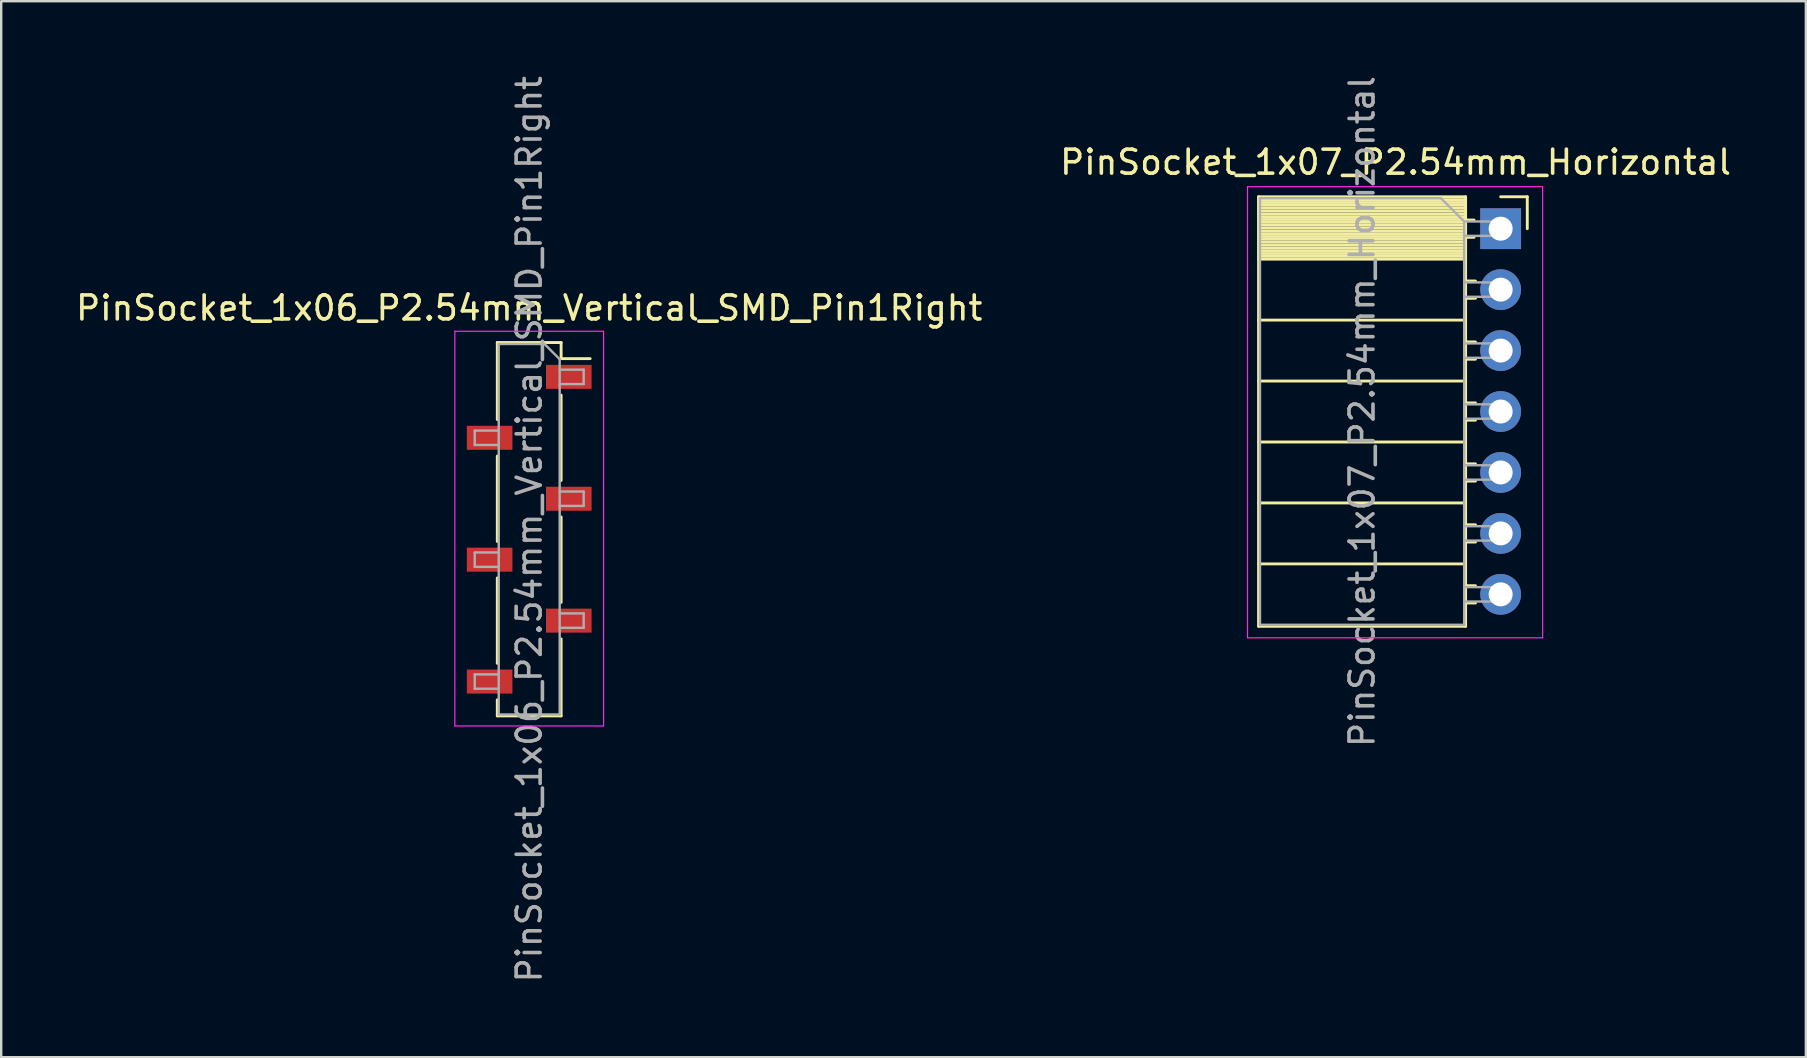
<source format=kicad_pcb>
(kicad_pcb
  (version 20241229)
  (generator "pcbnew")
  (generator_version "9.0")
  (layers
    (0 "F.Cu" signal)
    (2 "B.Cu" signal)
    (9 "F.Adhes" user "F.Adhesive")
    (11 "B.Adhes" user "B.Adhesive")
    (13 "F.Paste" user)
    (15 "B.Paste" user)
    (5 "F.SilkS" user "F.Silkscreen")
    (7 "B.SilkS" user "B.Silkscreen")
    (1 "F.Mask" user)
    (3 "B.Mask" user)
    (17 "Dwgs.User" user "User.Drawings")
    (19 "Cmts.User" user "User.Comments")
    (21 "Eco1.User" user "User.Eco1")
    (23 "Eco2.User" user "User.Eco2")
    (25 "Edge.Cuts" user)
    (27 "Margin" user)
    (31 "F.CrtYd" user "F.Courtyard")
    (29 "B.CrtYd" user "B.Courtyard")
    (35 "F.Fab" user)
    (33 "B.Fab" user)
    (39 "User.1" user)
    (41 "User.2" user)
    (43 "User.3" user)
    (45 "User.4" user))
  (footprint "PinSocket_1x06_P2.54mm_Vertical_SMD_Pin1Right"
    (layer "F.Cu")
    (at 19.006 19.006)
    (property "Reference" "PinSocket_1x06_P2.54mm_Vertical_SMD_Pin1Right" (at 0 -9.22 0) (layer "F.SilkS") (effects (font (size 1 1) (thickness 0.15))))
    (attr smd)
    (fp_line (start -1.33 -7.78) (end -1.33 -4.57) (stroke (width 0.12) (type solid)) (layer "F.SilkS"))
    (fp_line (start -1.33 -7.78) (end 1.33 -7.78) (stroke (width 0.12) (type solid)) (layer "F.SilkS"))
    (fp_line (start -1.33 -3.05) (end -1.33 0.51) (stroke (width 0.12) (type solid)) (layer "F.SilkS"))
    (fp_line (start -1.33 2.03) (end -1.33 5.59) (stroke (width 0.12) (type solid)) (layer "F.SilkS"))
    (fp_line (start -1.33 7.11) (end -1.33 7.78) (stroke (width 0.12) (type solid)) (layer "F.SilkS"))
    (fp_line (start -1.33 7.78) (end 1.33 7.78) (stroke (width 0.12) (type solid)) (layer "F.SilkS"))
    (fp_line (start 1.33 -7.78) (end 1.33 -7.11) (stroke (width 0.12) (type solid)) (layer "F.SilkS"))
    (fp_line (start 1.33 -7.11) (end 2.54 -7.11) (stroke (width 0.12) (type solid)) (layer "F.SilkS"))
    (fp_line (start 1.33 -5.59) (end 1.33 -2.03) (stroke (width 0.12) (type solid)) (layer "F.SilkS"))
    (fp_line (start 1.33 -0.51) (end 1.33 3.05) (stroke (width 0.12) (type solid)) (layer "F.SilkS"))
    (fp_line (start 1.33 4.57) (end 1.33 7.78) (stroke (width 0.12) (type solid)) (layer "F.SilkS"))
    (fp_line (start -3.1 -8.25) (end 3.1 -8.25) (stroke (width 0.05) (type solid)) (layer "F.CrtYd"))
    (fp_line (start -3.1 8.2) (end -3.1 -8.25) (stroke (width 0.05) (type solid)) (layer "F.CrtYd"))
    (fp_line (start 3.1 -8.25) (end 3.1 8.2) (stroke (width 0.05) (type solid)) (layer "F.CrtYd"))
    (fp_line (start 3.1 8.2) (end -3.1 8.2) (stroke (width 0.05) (type solid)) (layer "F.CrtYd"))
    (fp_line (start -2.27 -4.11) (end -1.27 -4.11) (stroke (width 0.1) (type solid)) (layer "F.Fab"))
    (fp_line (start -2.27 -3.51) (end -2.27 -4.11) (stroke (width 0.1) (type solid)) (layer "F.Fab"))
    (fp_line (start -2.27 0.97) (end -1.27 0.97) (stroke (width 0.1) (type solid)) (layer "F.Fab"))
    (fp_line (start -2.27 1.57) (end -2.27 0.97) (stroke (width 0.1) (type solid)) (layer "F.Fab"))
    (fp_line (start -2.27 6.05) (end -1.27 6.05) (stroke (width 0.1) (type solid)) (layer "F.Fab"))
    (fp_line (start -2.27 6.65) (end -2.27 6.05) (stroke (width 0.1) (type solid)) (layer "F.Fab"))
    (fp_line (start -1.27 -7.72) (end 0.635 -7.72) (stroke (width 0.1) (type solid)) (layer "F.Fab"))
    (fp_line (start -1.27 -3.51) (end -2.27 -3.51) (stroke (width 0.1) (type solid)) (layer "F.Fab"))
    (fp_line (start -1.27 1.57) (end -2.27 1.57) (stroke (width 0.1) (type solid)) (layer "F.Fab"))
    (fp_line (start -1.27 6.65) (end -2.27 6.65) (stroke (width 0.1) (type solid)) (layer "F.Fab"))
    (fp_line (start -1.27 7.72) (end -1.27 -7.72) (stroke (width 0.1) (type solid)) (layer "F.Fab"))
    (fp_line (start 0.635 -7.72) (end 1.27 -7.085) (stroke (width 0.1) (type solid)) (layer "F.Fab"))
    (fp_line (start 1.27 -7.085) (end 1.27 7.72) (stroke (width 0.1) (type solid)) (layer "F.Fab"))
    (fp_line (start 1.27 -6.65) (end 2.27 -6.65) (stroke (width 0.1) (type solid)) (layer "F.Fab"))
    (fp_line (start 1.27 -1.57) (end 2.27 -1.57) (stroke (width 0.1) (type solid)) (layer "F.Fab"))
    (fp_line (start 1.27 3.51) (end 2.27 3.51) (stroke (width 0.1) (type solid)) (layer "F.Fab"))
    (fp_line (start 1.27 7.72) (end -1.27 7.72) (stroke (width 0.1) (type solid)) (layer "F.Fab"))
    (fp_line (start 2.27 -6.65) (end 2.27 -6.05) (stroke (width 0.1) (type solid)) (layer "F.Fab"))
    (fp_line (start 2.27 -6.05) (end 1.27 -6.05) (stroke (width 0.1) (type solid)) (layer "F.Fab"))
    (fp_line (start 2.27 -1.57) (end 2.27 -0.97) (stroke (width 0.1) (type solid)) (layer "F.Fab"))
    (fp_line (start 2.27 -0.97) (end 1.27 -0.97) (stroke (width 0.1) (type solid)) (layer "F.Fab"))
    (fp_line (start 2.27 3.51) (end 2.27 4.11) (stroke (width 0.1) (type solid)) (layer "F.Fab"))
    (fp_line (start 2.27 4.11) (end 1.27 4.11) (stroke (width 0.1) (type solid)) (layer "F.Fab"))
    (fp_text user "${REFERENCE}" (at 0 0 90) (layer "F.Fab") (effects (font (size 1 1) (thickness 0.15))))
    (pad "1" smd rect (at 1.65 -6.35) (size 1.9 1) (layers "F.Cu" "F.Mask" "F.Paste"))
    (pad "2" smd rect (at -1.65 -3.81) (size 1.9 1) (layers "F.Cu" "F.Mask" "F.Paste"))
    (pad "3" smd rect (at 1.65 -1.27) (size 1.9 1) (layers "F.Cu" "F.Mask" "F.Paste"))
    (pad "4" smd rect (at -1.65 1.27) (size 1.9 1) (layers "F.Cu" "F.Mask" "F.Paste"))
    (pad "5" smd rect (at 1.65 3.81) (size 1.9 1) (layers "F.Cu" "F.Mask" "F.Paste"))
    (pad "6" smd rect (at -1.65 6.35) (size 1.9 1) (layers "F.Cu" "F.Mask" "F.Paste")))
  (footprint "PinSocket_1x07_P2.54mm_Horizontal"
    (layer "F.Cu")
    (at 59.493 6.481)
    (property "Reference" "PinSocket_1x07_P2.54mm_Horizontal" (at -4.38 -2.77 0) (layer "F.SilkS") (effects (font (size 1 1) (thickness 0.15))))
    (attr through_hole)
    (fp_line (start -10.09 -1.33) (end -10.09 16.57) (stroke (width 0.12) (type solid)) (layer "F.SilkS"))
    (fp_line (start -10.09 -1.33) (end -1.46 -1.33) (stroke (width 0.12) (type solid)) (layer "F.SilkS"))
    (fp_line (start -10.09 -1.21) (end -1.46 -1.21) (stroke (width 0.12) (type solid)) (layer "F.SilkS"))
    (fp_line (start -10.09 -1.092) (end -1.46 -1.092) (stroke (width 0.12) (type solid)) (layer "F.SilkS"))
    (fp_line (start -10.09 -0.974) (end -1.46 -0.974) (stroke (width 0.12) (type solid)) (layer "F.SilkS"))
    (fp_line (start -10.09 -0.856) (end -1.46 -0.856) (stroke (width 0.12) (type solid)) (layer "F.SilkS"))
    (fp_line (start -10.09 -0.738) (end -1.46 -0.738) (stroke (width 0.12) (type solid)) (layer "F.SilkS"))
    (fp_line (start -10.09 -0.62) (end -1.46 -0.62) (stroke (width 0.12) (type solid)) (layer "F.SilkS"))
    (fp_line (start -10.09 -0.501) (end -1.46 -0.501) (stroke (width 0.12) (type solid)) (layer "F.SilkS"))
    (fp_line (start -10.09 -0.383) (end -1.46 -0.383) (stroke (width 0.12) (type solid)) (layer "F.SilkS"))
    (fp_line (start -10.09 -0.265) (end -1.46 -0.265) (stroke (width 0.12) (type solid)) (layer "F.SilkS"))
    (fp_line (start -10.09 -0.147) (end -1.46 -0.147) (stroke (width 0.12) (type solid)) (layer "F.SilkS"))
    (fp_line (start -10.09 -0.029) (end -1.46 -0.029) (stroke (width 0.12) (type solid)) (layer "F.SilkS"))
    (fp_line (start -10.09 0.089) (end -1.46 0.089) (stroke (width 0.12) (type solid)) (layer "F.SilkS"))
    (fp_line (start -10.09 0.207) (end -1.46 0.207) (stroke (width 0.12) (type solid)) (layer "F.SilkS"))
    (fp_line (start -10.09 0.325) (end -1.46 0.325) (stroke (width 0.12) (type solid)) (layer "F.SilkS"))
    (fp_line (start -10.09 0.443) (end -1.46 0.443) (stroke (width 0.12) (type solid)) (layer "F.SilkS"))
    (fp_line (start -10.09 0.561) (end -1.46 0.561) (stroke (width 0.12) (type solid)) (layer "F.SilkS"))
    (fp_line (start -10.09 0.68) (end -1.46 0.68) (stroke (width 0.12) (type solid)) (layer "F.SilkS"))
    (fp_line (start -10.09 0.798) (end -1.46 0.798) (stroke (width 0.12) (type solid)) (layer "F.SilkS"))
    (fp_line (start -10.09 0.916) (end -1.46 0.916) (stroke (width 0.12) (type solid)) (layer "F.SilkS"))
    (fp_line (start -10.09 1.034) (end -1.46 1.034) (stroke (width 0.12) (type solid)) (layer "F.SilkS"))
    (fp_line (start -10.09 1.152) (end -1.46 1.152) (stroke (width 0.12) (type solid)) (layer "F.SilkS"))
    (fp_line (start -10.09 1.27) (end -1.46 1.27) (stroke (width 0.12) (type solid)) (layer "F.SilkS"))
    (fp_line (start -10.09 3.81) (end -1.46 3.81) (stroke (width 0.12) (type solid)) (layer "F.SilkS"))
    (fp_line (start -10.09 6.35) (end -1.46 6.35) (stroke (width 0.12) (type solid)) (layer "F.SilkS"))
    (fp_line (start -10.09 8.89) (end -1.46 8.89) (stroke (width 0.12) (type solid)) (layer "F.SilkS"))
    (fp_line (start -10.09 11.43) (end -1.46 11.43) (stroke (width 0.12) (type solid)) (layer "F.SilkS"))
    (fp_line (start -10.09 13.97) (end -1.46 13.97) (stroke (width 0.12) (type solid)) (layer "F.SilkS"))
    (fp_line (start -10.09 16.57) (end -1.46 16.57) (stroke (width 0.12) (type solid)) (layer "F.SilkS"))
    (fp_line (start -1.46 -1.33) (end -1.46 16.57) (stroke (width 0.12) (type solid)) (layer "F.SilkS"))
    (fp_line (start -1.46 -0.36) (end -1.11 -0.36) (stroke (width 0.12) (type solid)) (layer "F.SilkS"))
    (fp_line (start -1.46 0.36) (end -1.11 0.36) (stroke (width 0.12) (type solid)) (layer "F.SilkS"))
    (fp_line (start -1.46 2.18) (end -1.05 2.18) (stroke (width 0.12) (type solid)) (layer "F.SilkS"))
    (fp_line (start -1.46 2.9) (end -1.05 2.9) (stroke (width 0.12) (type solid)) (layer "F.SilkS"))
    (fp_line (start -1.46 4.72) (end -1.05 4.72) (stroke (width 0.12) (type solid)) (layer "F.SilkS"))
    (fp_line (start -1.46 5.44) (end -1.05 5.44) (stroke (width 0.12) (type solid)) (layer "F.SilkS"))
    (fp_line (start -1.46 7.26) (end -1.05 7.26) (stroke (width 0.12) (type solid)) (layer "F.SilkS"))
    (fp_line (start -1.46 7.98) (end -1.05 7.98) (stroke (width 0.12) (type solid)) (layer "F.SilkS"))
    (fp_line (start -1.46 9.8) (end -1.05 9.8) (stroke (width 0.12) (type solid)) (layer "F.SilkS"))
    (fp_line (start -1.46 10.52) (end -1.05 10.52) (stroke (width 0.12) (type solid)) (layer "F.SilkS"))
    (fp_line (start -1.46 12.34) (end -1.05 12.34) (stroke (width 0.12) (type solid)) (layer "F.SilkS"))
    (fp_line (start -1.46 13.06) (end -1.05 13.06) (stroke (width 0.12) (type solid)) (layer "F.SilkS"))
    (fp_line (start -1.46 14.88) (end -1.05 14.88) (stroke (width 0.12) (type solid)) (layer "F.SilkS"))
    (fp_line (start -1.46 15.6) (end -1.05 15.6) (stroke (width 0.12) (type solid)) (layer "F.SilkS"))
    (fp_line (start 0 -1.33) (end 1.11 -1.33) (stroke (width 0.12) (type solid)) (layer "F.SilkS"))
    (fp_line (start 1.11 -1.33) (end 1.11 0) (stroke (width 0.12) (type solid)) (layer "F.SilkS"))
    (fp_line (start -10.55 -1.75) (end -10.55 17.05) (stroke (width 0.05) (type solid)) (layer "F.CrtYd"))
    (fp_line (start -10.55 17.05) (end 1.75 17.05) (stroke (width 0.05) (type solid)) (layer "F.CrtYd"))
    (fp_line (start 1.75 -1.75) (end -10.55 -1.75) (stroke (width 0.05) (type solid)) (layer "F.CrtYd"))
    (fp_line (start 1.75 17.05) (end 1.75 -1.75) (stroke (width 0.05) (type solid)) (layer "F.CrtYd"))
    (fp_line (start -10.03 -1.27) (end -2.49 -1.27) (stroke (width 0.1) (type solid)) (layer "F.Fab"))
    (fp_line (start -10.03 16.51) (end -10.03 -1.27) (stroke (width 0.1) (type solid)) (layer "F.Fab"))
    (fp_line (start -2.49 -1.27) (end -1.52 -0.3) (stroke (width 0.1) (type solid)) (layer "F.Fab"))
    (fp_line (start -1.52 -0.3) (end -1.52 16.51) (stroke (width 0.1) (type solid)) (layer "F.Fab"))
    (fp_line (start -1.52 0.3) (end 0 0.3) (stroke (width 0.1) (type solid)) (layer "F.Fab"))
    (fp_line (start -1.52 2.84) (end 0 2.84) (stroke (width 0.1) (type solid)) (layer "F.Fab"))
    (fp_line (start -1.52 5.38) (end 0 5.38) (stroke (width 0.1) (type solid)) (layer "F.Fab"))
    (fp_line (start -1.52 7.92) (end 0 7.92) (stroke (width 0.1) (type solid)) (layer "F.Fab"))
    (fp_line (start -1.52 10.46) (end 0 10.46) (stroke (width 0.1) (type solid)) (layer "F.Fab"))
    (fp_line (start -1.52 13) (end 0 13) (stroke (width 0.1) (type solid)) (layer "F.Fab"))
    (fp_line (start -1.52 15.54) (end 0 15.54) (stroke (width 0.1) (type solid)) (layer "F.Fab"))
    (fp_line (start -1.52 16.51) (end -10.03 16.51) (stroke (width 0.1) (type solid)) (layer "F.Fab"))
    (fp_line (start 0 -0.3) (end -1.52 -0.3) (stroke (width 0.1) (type solid)) (layer "F.Fab"))
    (fp_line (start 0 0.3) (end 0 -0.3) (stroke (width 0.1) (type solid)) (layer "F.Fab"))
    (fp_line (start 0 2.24) (end -1.52 2.24) (stroke (width 0.1) (type solid)) (layer "F.Fab"))
    (fp_line (start 0 2.84) (end 0 2.24) (stroke (width 0.1) (type solid)) (layer "F.Fab"))
    (fp_line (start 0 4.78) (end -1.52 4.78) (stroke (width 0.1) (type solid)) (layer "F.Fab"))
    (fp_line (start 0 5.38) (end 0 4.78) (stroke (width 0.1) (type solid)) (layer "F.Fab"))
    (fp_line (start 0 7.32) (end -1.52 7.32) (stroke (width 0.1) (type solid)) (layer "F.Fab"))
    (fp_line (start 0 7.92) (end 0 7.32) (stroke (width 0.1) (type solid)) (layer "F.Fab"))
    (fp_line (start 0 9.86) (end -1.52 9.86) (stroke (width 0.1) (type solid)) (layer "F.Fab"))
    (fp_line (start 0 10.46) (end 0 9.86) (stroke (width 0.1) (type solid)) (layer "F.Fab"))
    (fp_line (start 0 12.4) (end -1.52 12.4) (stroke (width 0.1) (type solid)) (layer "F.Fab"))
    (fp_line (start 0 13) (end 0 12.4) (stroke (width 0.1) (type solid)) (layer "F.Fab"))
    (fp_line (start 0 14.94) (end -1.52 14.94) (stroke (width 0.1) (type solid)) (layer "F.Fab"))
    (fp_line (start 0 15.54) (end 0 14.94) (stroke (width 0.1) (type solid)) (layer "F.Fab"))
    (fp_text user "${REFERENCE}" (at -5.775 7.62 90) (layer "F.Fab") (effects (font (size 1 1) (thickness 0.15))))
    (pad "1" thru_hole rect (at 0 0) (size 1.7 1.7) (drill 1) (layers "*.Cu" "*.Mask"))
    (pad "2" thru_hole oval (at 0 2.54) (size 1.7 1.7) (drill 1) (layers "*.Cu" "*.Mask"))
    (pad "3" thru_hole oval (at 0 5.08) (size 1.7 1.7) (drill 1) (layers "*.Cu" "*.Mask"))
    (pad "4" thru_hole oval (at 0 7.62) (size 1.7 1.7) (drill 1) (layers "*.Cu" "*.Mask"))
    (pad "5" thru_hole oval (at 0 10.16) (size 1.7 1.7) (drill 1) (layers "*.Cu" "*.Mask"))
    (pad "6" thru_hole oval (at 0 12.7) (size 1.7 1.7) (drill 1) (layers "*.Cu" "*.Mask"))
    (pad "7" thru_hole oval (at 0 15.24) (size 1.7 1.7) (drill 1) (layers "*.Cu" "*.Mask")))
  (gr_rect
    (start -3 -3)
    (end 72.214 41.012)
    (stroke (width 0.1) (type default))
    (fill no)
    (layer "Edge.Cuts")))
</source>
